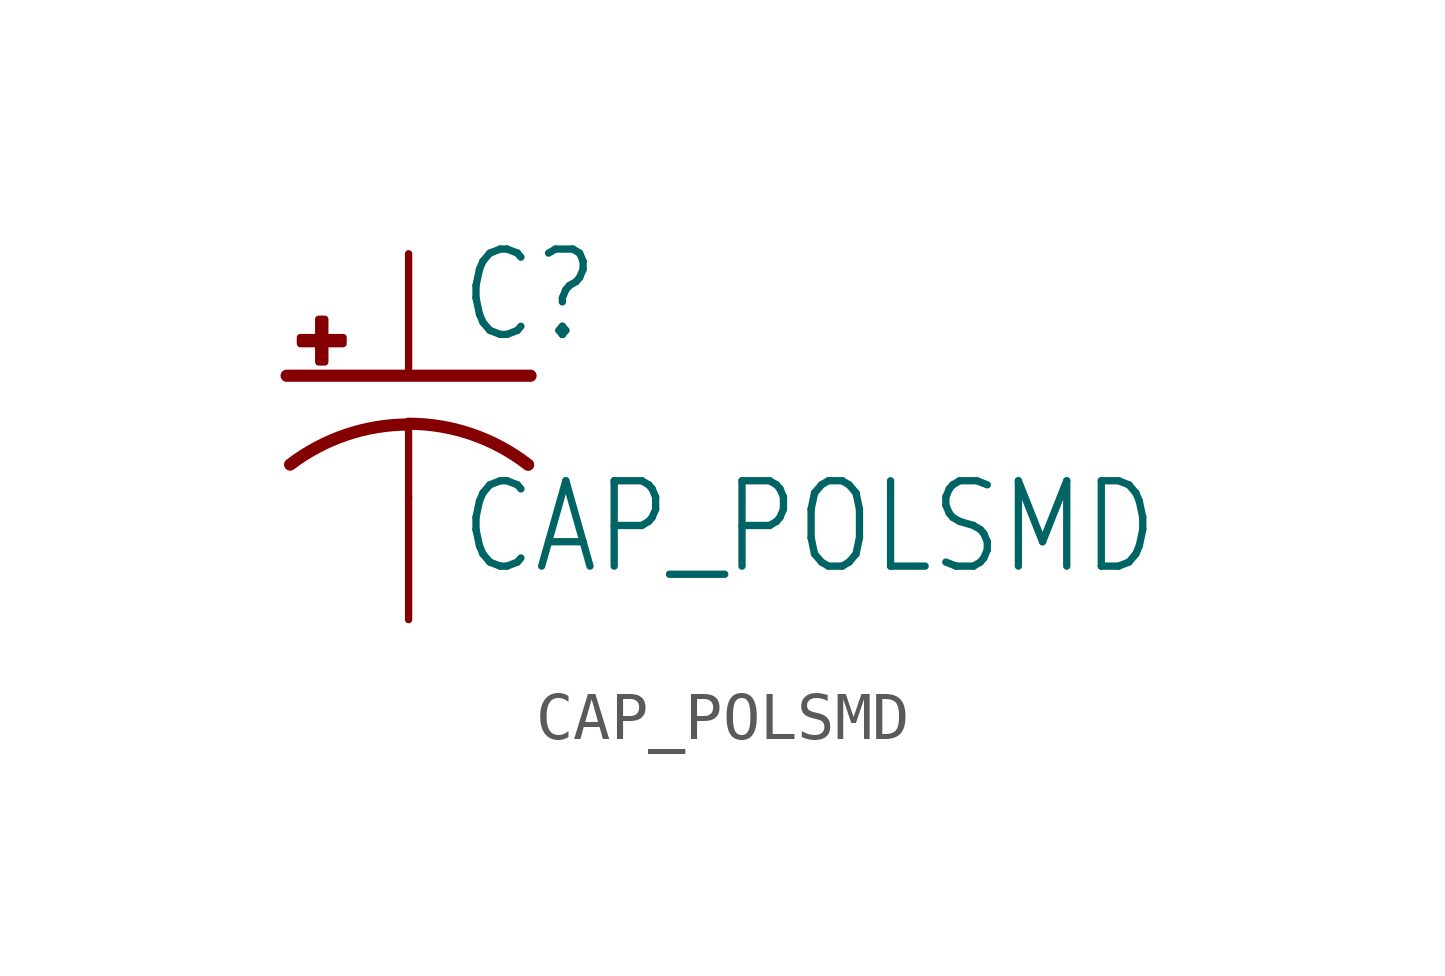
<source format=kicad_sym>
(kicad_symbol_lib
  (version 20211014)
  (generator kicad_symbol_editor)
  (symbol "CAP_POLSMD"
    (property "Reference" "C"
      (at 1.016 0.635 0)
      (effects (font (size 1.778 1.511)) (justify left bottom)))
    (property "Value" "CAP_POLSMD"
      (at 1.016 -4.191 0)
      (effects (font (size 1.778 1.511)) (justify left bottom)))
    (property "ki_locked" ""
      (at 0 0 0)
      (effects (font (size 1.27 1.27))))
    (symbol "CAP_POLSMD_1_0"
      (rectangle (start -2.253 0.668) (end -1.364 0.795) (stroke (width 0) (type default) (color 0 0 0 0)) (fill (type outline)))
      (rectangle (start -1.872 0.287) (end -1.745 1.176) (stroke (width 0) (type default) (color 0 0 0 0)) (fill (type outline)))
      (arc (start 0 -1.0161) (mid -1.3021 -1.2303) (end -2.4669 -1.8504) (stroke (width 0.254) (type default) (color 0 0 0 0)) (fill (type none)))
      (polyline (pts (xy -2.54 0) (xy 2.54 0)) (stroke (width 0.254) (type default) (color 0 0 0 0)) (fill (type none)))
      (polyline (pts (xy 0 -1.016) (xy 0 -2.54)) (stroke (width 0.152) (type default) (color 0 0 0 0)) (fill (type none)))
      (arc (start 2.4892 -1.8542) (mid 1.3158 -1.2195) (end 0 -1) (stroke (width 0.254) (type default) (color 0 0 0 0)) (fill (type none)))
      (pin passive line (at 0 2.54 270) (length 2.54) (name "+" (effects (font (size 0 0)))) (number "+" (effects (font (size 0 0)))))
      (pin passive line (at 0 -5.08 90) (length 2.54) (name "-" (effects (font (size 0 0)))) (number "-" (effects (font (size 0 0))))))))
</source>
